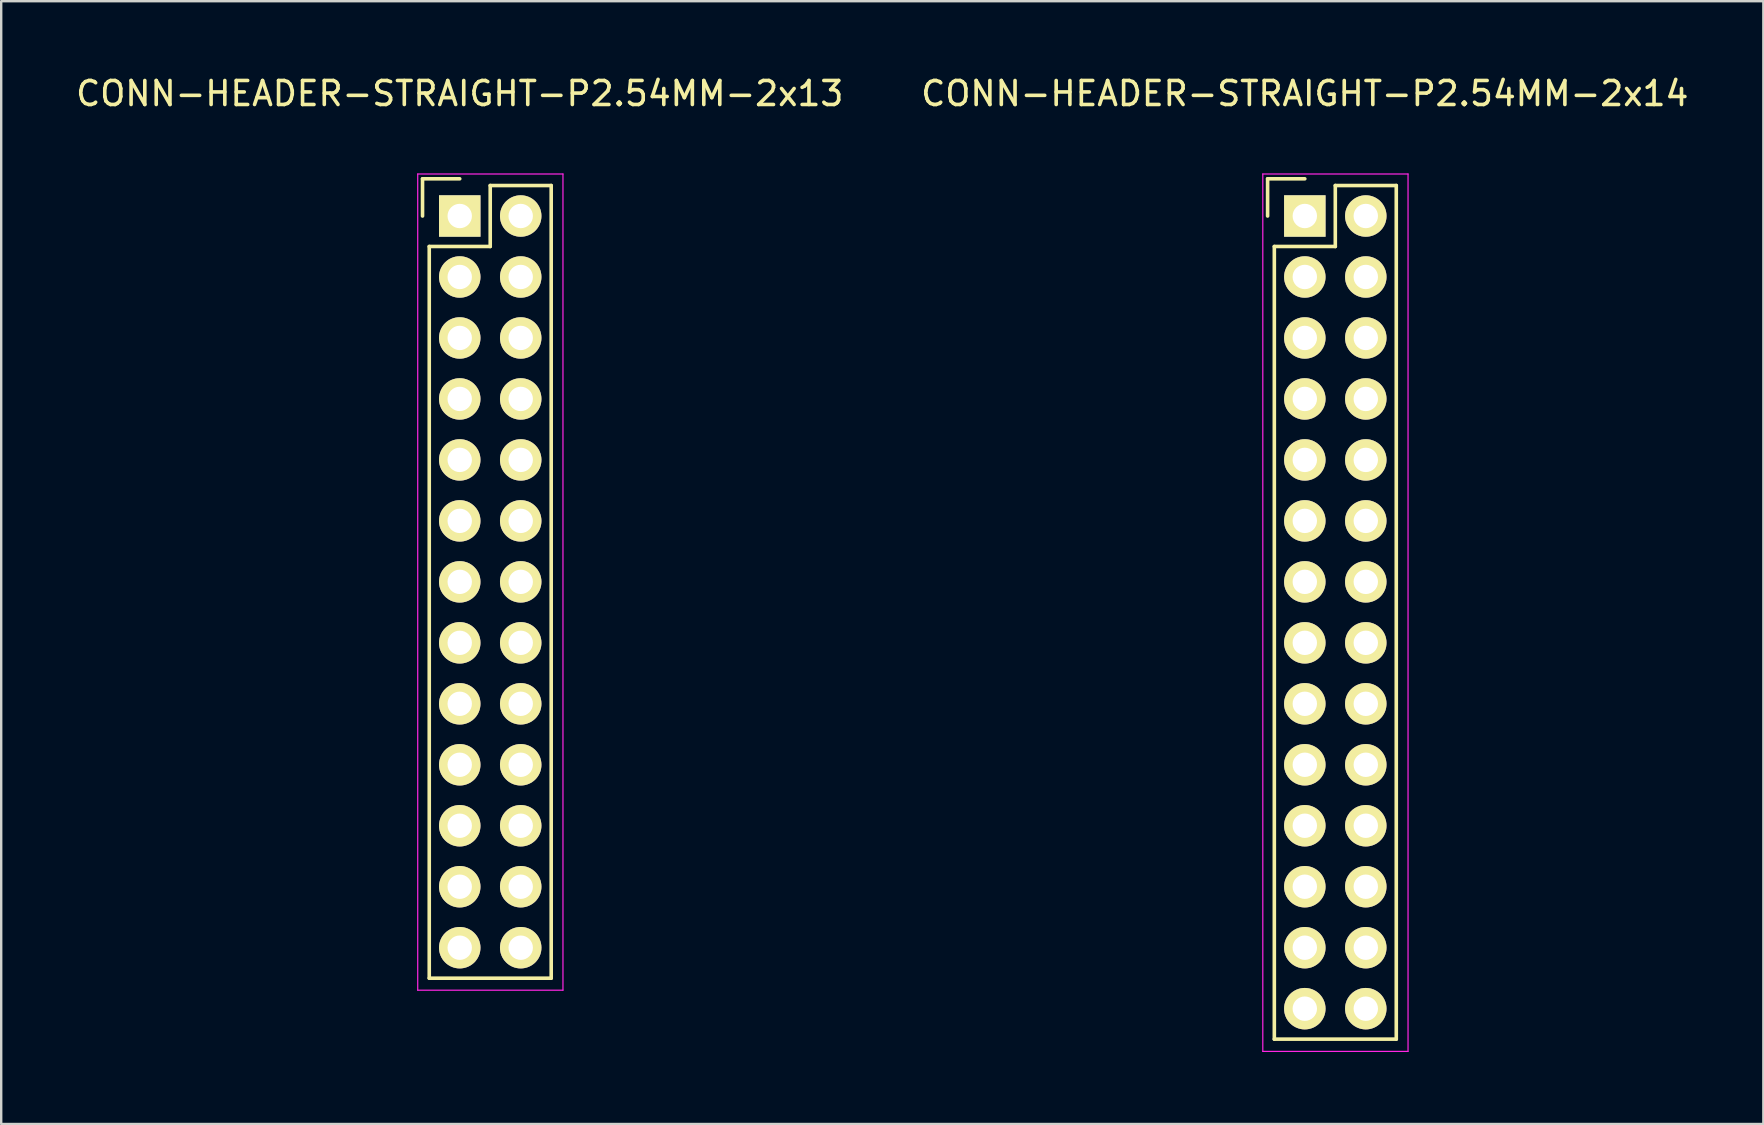
<source format=kicad_pcb>
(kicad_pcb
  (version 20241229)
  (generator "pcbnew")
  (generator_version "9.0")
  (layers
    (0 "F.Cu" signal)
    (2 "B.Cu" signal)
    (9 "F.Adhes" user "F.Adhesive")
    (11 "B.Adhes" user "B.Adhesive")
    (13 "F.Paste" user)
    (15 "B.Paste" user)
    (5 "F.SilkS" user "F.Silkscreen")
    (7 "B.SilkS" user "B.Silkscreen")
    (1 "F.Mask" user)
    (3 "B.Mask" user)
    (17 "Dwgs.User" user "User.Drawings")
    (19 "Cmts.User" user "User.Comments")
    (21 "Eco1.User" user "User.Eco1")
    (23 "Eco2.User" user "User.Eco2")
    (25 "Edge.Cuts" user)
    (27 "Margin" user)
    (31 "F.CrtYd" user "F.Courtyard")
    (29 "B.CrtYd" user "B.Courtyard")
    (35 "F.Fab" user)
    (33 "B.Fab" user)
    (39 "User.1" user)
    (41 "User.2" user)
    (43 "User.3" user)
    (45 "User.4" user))
  (footprint "CONN-HEADER-STRAIGHT-P2.54MM-2x13"
    (layer "F.Cu")
    (at 16.101 5.948)
    (property "Reference" "CONN-HEADER-STRAIGHT-P2.54MM-2x13" (at 0 -5.1 0) (layer "F.SilkS") (effects (font (size 1 1) (thickness 0.15))))
    (attr through_hole)
    (fp_line (start -1.55 -1.55) (end -1.55 0) (stroke (width 0.15) (type solid)) (layer "F.SilkS"))
    (fp_line (start -1.27 1.27) (end -1.27 31.75) (stroke (width 0.15) (type solid)) (layer "F.SilkS"))
    (fp_line (start 0 -1.55) (end -1.55 -1.55) (stroke (width 0.15) (type solid)) (layer "F.SilkS"))
    (fp_line (start 1.27 -1.27) (end 1.27 1.27) (stroke (width 0.15) (type solid)) (layer "F.SilkS"))
    (fp_line (start 1.27 1.27) (end -1.27 1.27) (stroke (width 0.15) (type solid)) (layer "F.SilkS"))
    (fp_line (start 3.81 -1.27) (end 1.27 -1.27) (stroke (width 0.15) (type solid)) (layer "F.SilkS"))
    (fp_line (start 3.81 -1.27) (end 3.81 31.75) (stroke (width 0.15) (type solid)) (layer "F.SilkS"))
    (fp_line (start 3.81 31.75) (end -1.27 31.75) (stroke (width 0.15) (type solid)) (layer "F.SilkS"))
    (fp_line (start -1.75 -1.75) (end -1.75 32.25) (stroke (width 0.05) (type solid)) (layer "F.CrtYd"))
    (fp_line (start -1.75 -1.75) (end 4.3 -1.75) (stroke (width 0.05) (type solid)) (layer "F.CrtYd"))
    (fp_line (start -1.75 32.25) (end 4.3 32.25) (stroke (width 0.05) (type solid)) (layer "F.CrtYd"))
    (fp_line (start 4.3 -1.75) (end 4.3 32.25) (stroke (width 0.05) (type solid)) (layer "F.CrtYd"))
    (pad "1" thru_hole rect (at 0 0) (size 1.727 1.727) (drill 1.016) (layers "*.Cu" "*.Mask" "F.SilkS"))
    (pad "2" thru_hole oval (at 2.54 0) (size 1.727 1.727) (drill 1.016) (layers "*.Cu" "*.Mask" "F.SilkS"))
    (pad "3" thru_hole oval (at 0 2.54) (size 1.727 1.727) (drill 1.016) (layers "*.Cu" "*.Mask" "F.SilkS"))
    (pad "4" thru_hole oval (at 2.54 2.54) (size 1.727 1.727) (drill 1.016) (layers "*.Cu" "*.Mask" "F.SilkS"))
    (pad "5" thru_hole oval (at 0 5.08) (size 1.727 1.727) (drill 1.016) (layers "*.Cu" "*.Mask" "F.SilkS"))
    (pad "6" thru_hole oval (at 2.54 5.08) (size 1.727 1.727) (drill 1.016) (layers "*.Cu" "*.Mask" "F.SilkS"))
    (pad "7" thru_hole oval (at 0 7.62) (size 1.727 1.727) (drill 1.016) (layers "*.Cu" "*.Mask" "F.SilkS"))
    (pad "8" thru_hole oval (at 2.54 7.62) (size 1.727 1.727) (drill 1.016) (layers "*.Cu" "*.Mask" "F.SilkS"))
    (pad "9" thru_hole oval (at 0 10.16) (size 1.727 1.727) (drill 1.016) (layers "*.Cu" "*.Mask" "F.SilkS"))
    (pad "10" thru_hole oval (at 2.54 10.16) (size 1.727 1.727) (drill 1.016) (layers "*.Cu" "*.Mask" "F.SilkS"))
    (pad "11" thru_hole oval (at 0 12.7) (size 1.727 1.727) (drill 1.016) (layers "*.Cu" "*.Mask" "F.SilkS"))
    (pad "12" thru_hole oval (at 2.54 12.7) (size 1.727 1.727) (drill 1.016) (layers "*.Cu" "*.Mask" "F.SilkS"))
    (pad "13" thru_hole oval (at 0 15.24) (size 1.727 1.727) (drill 1.016) (layers "*.Cu" "*.Mask" "F.SilkS"))
    (pad "14" thru_hole oval (at 2.54 15.24) (size 1.727 1.727) (drill 1.016) (layers "*.Cu" "*.Mask" "F.SilkS"))
    (pad "15" thru_hole oval (at 0 17.78) (size 1.727 1.727) (drill 1.016) (layers "*.Cu" "*.Mask" "F.SilkS"))
    (pad "16" thru_hole oval (at 2.54 17.78) (size 1.727 1.727) (drill 1.016) (layers "*.Cu" "*.Mask" "F.SilkS"))
    (pad "17" thru_hole oval (at 0 20.32) (size 1.727 1.727) (drill 1.016) (layers "*.Cu" "*.Mask" "F.SilkS"))
    (pad "18" thru_hole oval (at 2.54 20.32) (size 1.727 1.727) (drill 1.016) (layers "*.Cu" "*.Mask" "F.SilkS"))
    (pad "19" thru_hole oval (at 0 22.86) (size 1.727 1.727) (drill 1.016) (layers "*.Cu" "*.Mask" "F.SilkS"))
    (pad "20" thru_hole oval (at 2.54 22.86) (size 1.727 1.727) (drill 1.016) (layers "*.Cu" "*.Mask" "F.SilkS"))
    (pad "21" thru_hole oval (at 0 25.4) (size 1.727 1.727) (drill 1.016) (layers "*.Cu" "*.Mask" "F.SilkS"))
    (pad "22" thru_hole oval (at 2.54 25.4) (size 1.727 1.727) (drill 1.016) (layers "*.Cu" "*.Mask" "F.SilkS"))
    (pad "23" thru_hole oval (at 0 27.94) (size 1.727 1.727) (drill 1.016) (layers "*.Cu" "*.Mask" "F.SilkS"))
    (pad "24" thru_hole oval (at 2.54 27.94) (size 1.727 1.727) (drill 1.016) (layers "*.Cu" "*.Mask" "F.SilkS"))
    (pad "25" thru_hole oval (at 0 30.48) (size 1.727 1.727) (drill 1.016) (layers "*.Cu" "*.Mask" "F.SilkS"))
    (pad "26" thru_hole oval (at 2.54 30.48) (size 1.727 1.727) (drill 1.016) (layers "*.Cu" "*.Mask" "F.SilkS")))
  (footprint "CONN-HEADER-STRAIGHT-P2.54MM-2x14"
    (layer "F.Cu")
    (at 51.304 5.948)
    (property "Reference" "CONN-HEADER-STRAIGHT-P2.54MM-2x14" (at 0 -5.1 0) (layer "F.SilkS") (effects (font (size 1 1) (thickness 0.15))))
    (attr through_hole)
    (fp_line (start -1.55 -1.55) (end -1.55 0) (stroke (width 0.15) (type solid)) (layer "F.SilkS"))
    (fp_line (start -1.27 1.27) (end -1.27 34.29) (stroke (width 0.15) (type solid)) (layer "F.SilkS"))
    (fp_line (start 0 -1.55) (end -1.55 -1.55) (stroke (width 0.15) (type solid)) (layer "F.SilkS"))
    (fp_line (start 1.27 -1.27) (end 1.27 1.27) (stroke (width 0.15) (type solid)) (layer "F.SilkS"))
    (fp_line (start 1.27 1.27) (end -1.27 1.27) (stroke (width 0.15) (type solid)) (layer "F.SilkS"))
    (fp_line (start 3.81 -1.27) (end 1.27 -1.27) (stroke (width 0.15) (type solid)) (layer "F.SilkS"))
    (fp_line (start 3.81 34.29) (end -1.27 34.29) (stroke (width 0.15) (type solid)) (layer "F.SilkS"))
    (fp_line (start 3.81 34.29) (end 3.81 -1.27) (stroke (width 0.15) (type solid)) (layer "F.SilkS"))
    (fp_line (start -1.75 -1.75) (end -1.75 34.8) (stroke (width 0.05) (type solid)) (layer "F.CrtYd"))
    (fp_line (start -1.75 -1.75) (end 4.3 -1.75) (stroke (width 0.05) (type solid)) (layer "F.CrtYd"))
    (fp_line (start -1.75 34.8) (end 4.3 34.8) (stroke (width 0.05) (type solid)) (layer "F.CrtYd"))
    (fp_line (start 4.3 -1.75) (end 4.3 34.8) (stroke (width 0.05) (type solid)) (layer "F.CrtYd"))
    (pad "1" thru_hole rect (at 0 0) (size 1.727 1.727) (drill 1.016) (layers "*.Cu" "*.Mask" "F.SilkS"))
    (pad "2" thru_hole oval (at 2.54 0) (size 1.727 1.727) (drill 1.016) (layers "*.Cu" "*.Mask" "F.SilkS"))
    (pad "3" thru_hole oval (at 0 2.54) (size 1.727 1.727) (drill 1.016) (layers "*.Cu" "*.Mask" "F.SilkS"))
    (pad "4" thru_hole oval (at 2.54 2.54) (size 1.727 1.727) (drill 1.016) (layers "*.Cu" "*.Mask" "F.SilkS"))
    (pad "5" thru_hole oval (at 0 5.08) (size 1.727 1.727) (drill 1.016) (layers "*.Cu" "*.Mask" "F.SilkS"))
    (pad "6" thru_hole oval (at 2.54 5.08) (size 1.727 1.727) (drill 1.016) (layers "*.Cu" "*.Mask" "F.SilkS"))
    (pad "7" thru_hole oval (at 0 7.62) (size 1.727 1.727) (drill 1.016) (layers "*.Cu" "*.Mask" "F.SilkS"))
    (pad "8" thru_hole oval (at 2.54 7.62) (size 1.727 1.727) (drill 1.016) (layers "*.Cu" "*.Mask" "F.SilkS"))
    (pad "9" thru_hole oval (at 0 10.16) (size 1.727 1.727) (drill 1.016) (layers "*.Cu" "*.Mask" "F.SilkS"))
    (pad "10" thru_hole oval (at 2.54 10.16) (size 1.727 1.727) (drill 1.016) (layers "*.Cu" "*.Mask" "F.SilkS"))
    (pad "11" thru_hole oval (at 0 12.7) (size 1.727 1.727) (drill 1.016) (layers "*.Cu" "*.Mask" "F.SilkS"))
    (pad "12" thru_hole oval (at 2.54 12.7) (size 1.727 1.727) (drill 1.016) (layers "*.Cu" "*.Mask" "F.SilkS"))
    (pad "13" thru_hole oval (at 0 15.24) (size 1.727 1.727) (drill 1.016) (layers "*.Cu" "*.Mask" "F.SilkS"))
    (pad "14" thru_hole oval (at 2.54 15.24) (size 1.727 1.727) (drill 1.016) (layers "*.Cu" "*.Mask" "F.SilkS"))
    (pad "15" thru_hole oval (at 0 17.78) (size 1.727 1.727) (drill 1.016) (layers "*.Cu" "*.Mask" "F.SilkS"))
    (pad "16" thru_hole oval (at 2.54 17.78) (size 1.727 1.727) (drill 1.016) (layers "*.Cu" "*.Mask" "F.SilkS"))
    (pad "17" thru_hole oval (at 0 20.32) (size 1.727 1.727) (drill 1.016) (layers "*.Cu" "*.Mask" "F.SilkS"))
    (pad "18" thru_hole oval (at 2.54 20.32) (size 1.727 1.727) (drill 1.016) (layers "*.Cu" "*.Mask" "F.SilkS"))
    (pad "19" thru_hole oval (at 0 22.86) (size 1.727 1.727) (drill 1.016) (layers "*.Cu" "*.Mask" "F.SilkS"))
    (pad "20" thru_hole oval (at 2.54 22.86) (size 1.727 1.727) (drill 1.016) (layers "*.Cu" "*.Mask" "F.SilkS"))
    (pad "21" thru_hole oval (at 0 25.4) (size 1.727 1.727) (drill 1.016) (layers "*.Cu" "*.Mask" "F.SilkS"))
    (pad "22" thru_hole oval (at 2.54 25.4) (size 1.727 1.727) (drill 1.016) (layers "*.Cu" "*.Mask" "F.SilkS"))
    (pad "23" thru_hole oval (at 0 27.94) (size 1.727 1.727) (drill 1.016) (layers "*.Cu" "*.Mask" "F.SilkS"))
    (pad "24" thru_hole oval (at 2.54 27.94) (size 1.727 1.727) (drill 1.016) (layers "*.Cu" "*.Mask" "F.SilkS"))
    (pad "25" thru_hole oval (at 0 30.48) (size 1.727 1.727) (drill 1.016) (layers "*.Cu" "*.Mask" "F.SilkS"))
    (pad "26" thru_hole oval (at 2.54 30.48) (size 1.727 1.727) (drill 1.016) (layers "*.Cu" "*.Mask" "F.SilkS"))
    (pad "27" thru_hole oval (at 0 33.02) (size 1.727 1.727) (drill 1.016) (layers "*.Cu" "*.Mask" "F.SilkS"))
    (pad "28" thru_hole oval (at 2.54 33.02) (size 1.727 1.727) (drill 1.016) (layers "*.Cu" "*.Mask" "F.SilkS")))
  (gr_rect
    (start -3 -3)
    (end 70.405 43.773)
    (stroke (width 0.1) (type default))
    (fill no)
    (layer "Edge.Cuts")))
</source>
